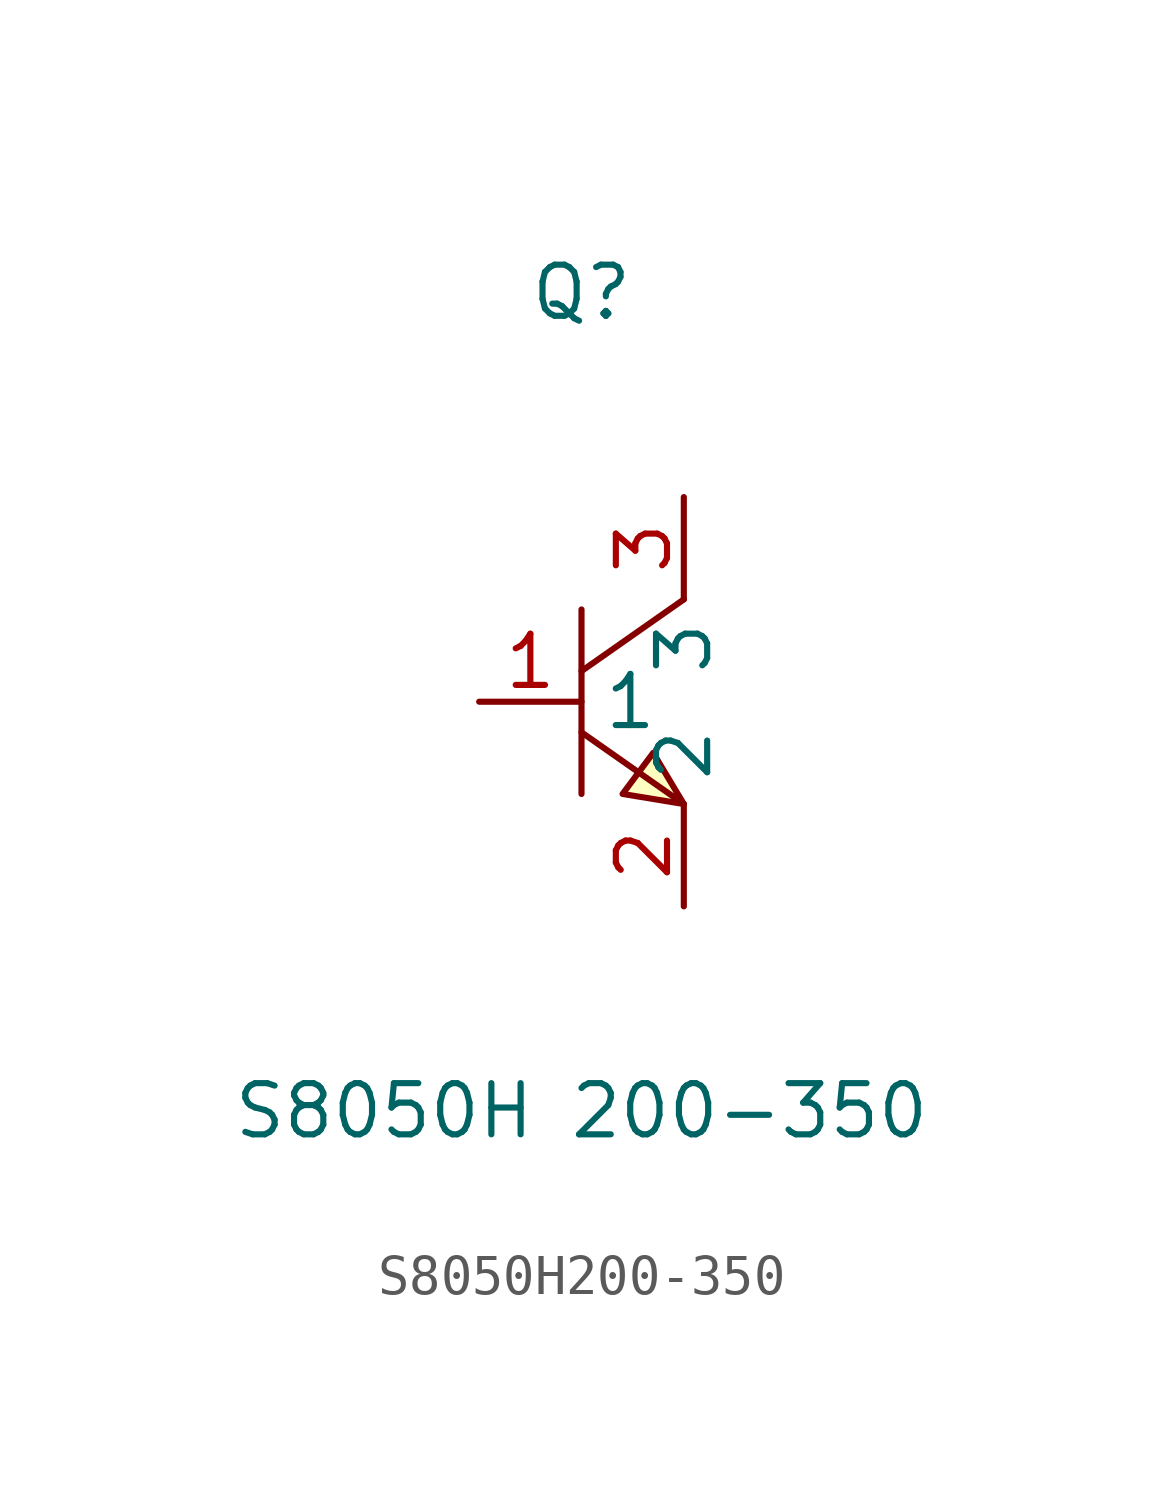
<source format=kicad_sym>
(kicad_symbol_lib
  (version 20211014)
  (generator https://github.com/uPesy/easyeda2kicad.py)
  (symbol "S8050H200-350"
    (property "Reference" "Q"
      (at 0 10.16 0)
      (effects (font (size 1.27 1.27))))
    (property "Value" "S8050H 200-350"
      (at 0 -10.16 0)
      (effects (font (size 1.27 1.27))))
    (symbol "S8050H200-350_0_1"
      (polyline (pts (xy 2.54 2.54) (xy 0.00 0.76)) (stroke (width 0) (type default) (color 0 0 0 0)) (fill (type none)))
      (polyline (pts (xy 0.00 -0.76) (xy 2.54 -2.54)) (stroke (width 0) (type default) (color 0 0 0 0)) (fill (type none)))
      (polyline (pts (xy 0.00 2.29) (xy 0.00 -2.29)) (stroke (width 0) (type default) (color 0 0 0 0)) (fill (type none)))
      (polyline (pts (xy 2.54 -2.54) (xy 1.78 -1.27) (xy 1.02 -2.29) (xy 2.54 -2.54)) (stroke (width 0) (type default) (color 0 0 0 0)) (fill (type background)))
      (pin input line (at -2.54 -0.00 0) (length 2.54) (name "1" (effects (font (size 1.27 1.27)))) (number "1" (effects (font (size 1.27 1.27)))))
      (pin input line (at 2.54 5.08 270) (length 2.54) (name "3" (effects (font (size 1.27 1.27)))) (number "3" (effects (font (size 1.27 1.27)))))
      (pin input line (at 2.54 -5.08 90) (length 2.54) (name "2" (effects (font (size 1.27 1.27)))) (number "2" (effects (font (size 1.27 1.27))))))))
</source>
